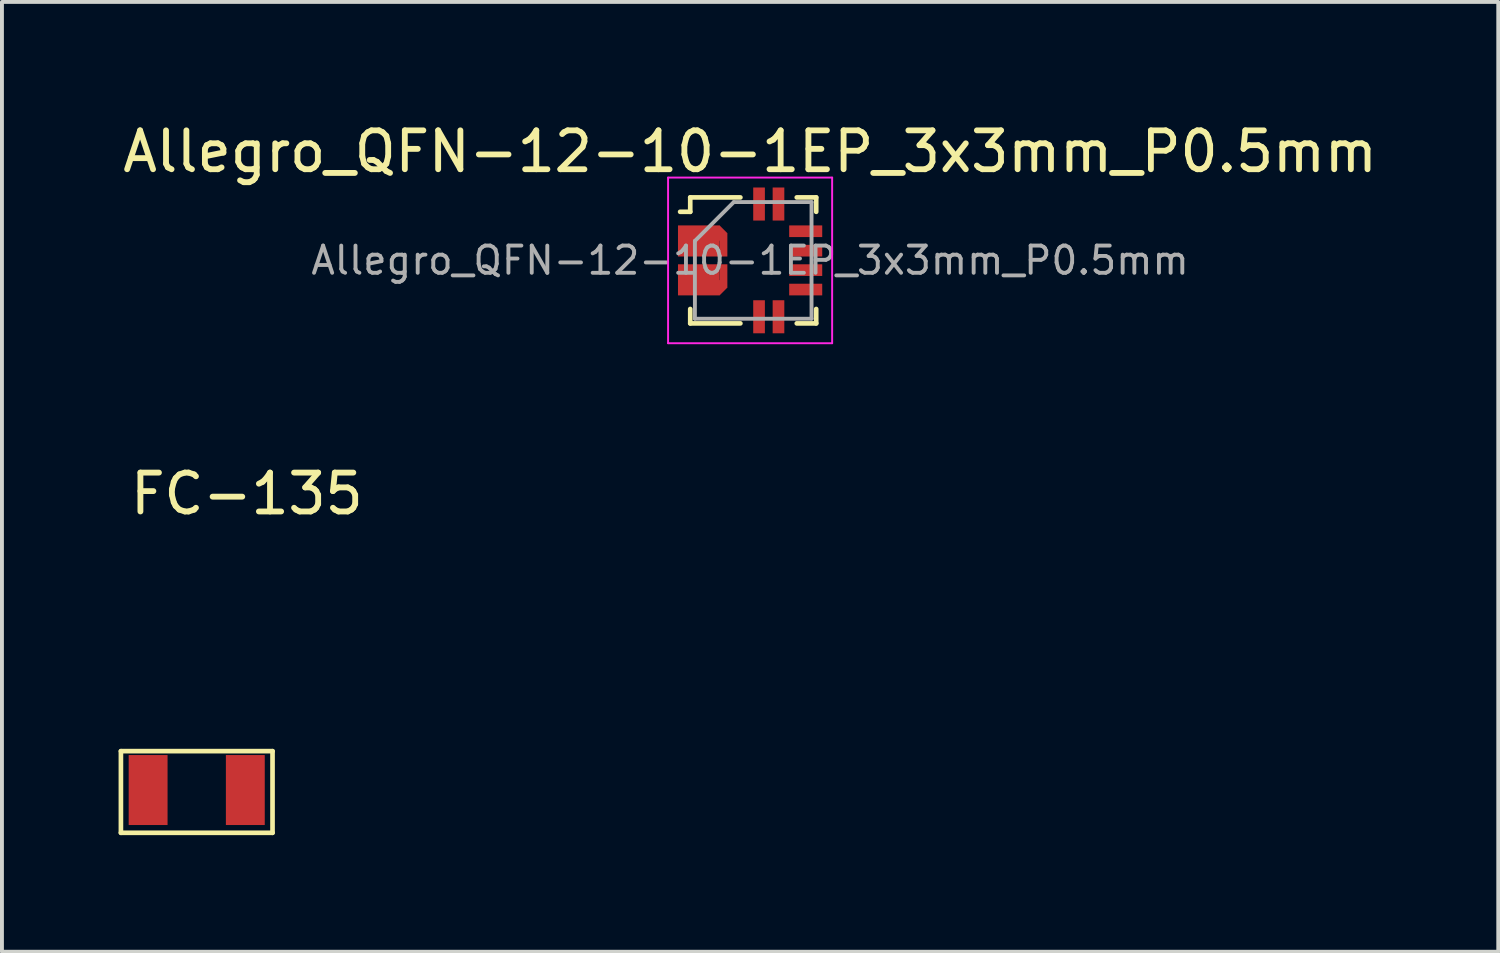
<source format=kicad_pcb>
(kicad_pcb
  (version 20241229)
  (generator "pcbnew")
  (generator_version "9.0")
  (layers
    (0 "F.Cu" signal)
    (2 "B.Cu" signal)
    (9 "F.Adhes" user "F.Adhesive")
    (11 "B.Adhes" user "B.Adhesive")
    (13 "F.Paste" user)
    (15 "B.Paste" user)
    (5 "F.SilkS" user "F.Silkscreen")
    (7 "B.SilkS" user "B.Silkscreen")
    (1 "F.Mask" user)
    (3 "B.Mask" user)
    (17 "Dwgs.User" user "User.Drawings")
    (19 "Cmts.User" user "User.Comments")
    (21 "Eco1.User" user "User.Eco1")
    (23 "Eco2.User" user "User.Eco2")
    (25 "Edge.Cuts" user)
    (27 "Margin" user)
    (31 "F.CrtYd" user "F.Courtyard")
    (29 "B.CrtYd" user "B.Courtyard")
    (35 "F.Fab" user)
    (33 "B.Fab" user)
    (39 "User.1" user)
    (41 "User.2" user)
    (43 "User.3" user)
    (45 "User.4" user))
  (footprint "FC-135"
    (layer "F.Cu")
    (at 0.76 17.271)
    (property "Reference" "FC-135" (at 2.54 -7.62 0) (layer "F.SilkS") (effects (font (size 1 1) (thickness 0.15))))
    (attr through_hole)
    (fp_line (start -0.7 -1) (end -0.7 1.1) (stroke (width 0.12) (type solid)) (layer "F.SilkS"))
    (fp_line (start -0.7 1.1) (end 3.2 1.1) (stroke (width 0.12) (type solid)) (layer "F.SilkS"))
    (fp_line (start 3.2 -1) (end -0.7 -1) (stroke (width 0.12) (type solid)) (layer "F.SilkS"))
    (fp_line (start 3.2 1.1) (end 3.2 -1) (stroke (width 0.12) (type solid)) (layer "F.SilkS"))
    (pad "1" smd rect (at 0 0) (size 1 1.8) (layers "F.Cu" "F.Mask" "F.Paste"))
    (pad "1" smd rect (at 2.5 0) (size 1 1.8) (layers "F.Cu" "F.Mask" "F.Paste")))
  (footprint "Allegro_QFN-12-10-1EP_3x3mm_P0.5mm"
    (layer "F.Cu")
    (at 16.244 3.648)
    (property "Reference" "Allegro_QFN-12-10-1EP_3x3mm_P0.5mm" (at 0 -2.8 0) (layer "F.SilkS") (effects (font (size 1 1) (thickness 0.15))))
    (attr smd)
    (fp_line (start -1.54 -1.62) (end -1.54 -1.25) (stroke (width 0.12) (type solid)) (layer "F.SilkS"))
    (fp_line (start -1.54 -1.62) (end -0.25 -1.62) (stroke (width 0.12) (type solid)) (layer "F.SilkS"))
    (fp_line (start -1.54 -1.25) (end -1.8 -1.25) (stroke (width 0.12) (type solid)) (layer "F.SilkS"))
    (fp_line (start -1.54 1.25) (end -1.54 1.62) (stroke (width 0.12) (type solid)) (layer "F.SilkS"))
    (fp_line (start -1.54 1.62) (end -0.25 1.62) (stroke (width 0.12) (type solid)) (layer "F.SilkS"))
    (fp_line (start 1.7 -1.62) (end 1.2 -1.62) (stroke (width 0.12) (type solid)) (layer "F.SilkS"))
    (fp_line (start 1.7 -1.62) (end 1.7 -1.25) (stroke (width 0.12) (type solid)) (layer "F.SilkS"))
    (fp_line (start 1.7 1.25) (end 1.7 1.62) (stroke (width 0.12) (type solid)) (layer "F.SilkS"))
    (fp_line (start 1.7 1.62) (end 1.2 1.62) (stroke (width 0.12) (type solid)) (layer "F.SilkS"))
    (fp_line (start -2.11 -2.13) (end -2.11 2.13) (stroke (width 0.05) (type solid)) (layer "F.CrtYd"))
    (fp_line (start -2.11 2.13) (end 2.11 2.13) (stroke (width 0.05) (type solid)) (layer "F.CrtYd"))
    (fp_line (start 2.11 -2.13) (end -2.11 -2.13) (stroke (width 0.05) (type solid)) (layer "F.CrtYd"))
    (fp_line (start 2.11 2.13) (end 2.11 -2.13) (stroke (width 0.05) (type solid)) (layer "F.CrtYd"))
    (fp_line (start -1.42 -0.5) (end -0.42 -1.5) (stroke (width 0.1) (type solid)) (layer "F.Fab"))
    (fp_line (start -1.42 1.5) (end -1.42 -0.5) (stroke (width 0.1) (type solid)) (layer "F.Fab"))
    (fp_line (start -0.42 -1.5) (end 1.58 -1.5) (stroke (width 0.1) (type solid)) (layer "F.Fab"))
    (fp_line (start 1.58 -1.5) (end 1.58 1.5) (stroke (width 0.1) (type solid)) (layer "F.Fab"))
    (fp_line (start 1.58 1.5) (end -1.42 1.5) (stroke (width 0.1) (type solid)) (layer "F.Fab"))
    (fp_text user "${REFERENCE}" (at 0 0 0) (layer "F.Fab") (effects (font (size 0.7 0.7) (thickness 0.1))))
    (pad "1" smd rect (at -1.32 -0.5) (size 1.07 0.8) (layers "F.Cu" "F.Mask" "F.Paste"))
    (pad "1" smd rect (at -0.785 -0.7 45) (size 0.283 0.283) (layers "F.Cu" "F.Mask" "F.Paste"))
    (pad "1" smd rect (at -0.685 -0.4) (size 0.2 0.6) (layers "F.Cu" "F.Mask" "F.Paste"))
    (pad "2" smd rect (at -1.32 0.5) (size 1.07 0.8) (layers "F.Cu" "F.Mask" "F.Paste"))
    (pad "2" smd rect (at -0.785 0.7 45) (size 0.283 0.283) (layers "F.Cu" "F.Mask" "F.Paste"))
    (pad "2" smd rect (at -0.685 0.4) (size 0.2 0.6) (layers "F.Cu" "F.Mask" "F.Paste"))
    (pad "5" smd rect (at 0.23 1.45) (size 0.3 0.85) (layers "F.Cu" "F.Mask" "F.Paste"))
    (pad "6" smd rect (at 0.73 1.45) (size 0.3 0.85) (layers "F.Cu" "F.Mask" "F.Paste"))
    (pad "7" smd rect (at 1.43 0.75) (size 0.85 0.3) (layers "F.Cu" "F.Mask" "F.Paste"))
    (pad "8" smd rect (at 1.43 0.25) (size 0.85 0.3) (layers "F.Cu" "F.Mask" "F.Paste"))
    (pad "9" smd rect (at 1.43 -0.25) (size 0.85 0.3) (layers "F.Cu" "F.Mask" "F.Paste"))
    (pad "10" smd rect (at 1.43 -0.75) (size 0.85 0.3) (layers "F.Cu" "F.Mask" "F.Paste"))
    (pad "11" smd rect (at 0.73 -1.45) (size 0.3 0.85) (layers "F.Cu" "F.Mask" "F.Paste"))
    (pad "12" smd rect (at 0.23 -1.45) (size 0.3 0.85) (layers "F.Cu" "F.Mask" "F.Paste")))
  (gr_rect
    (start -3 -3)
    (end 35.488 21.431)
    (stroke (width 0.1) (type default))
    (fill no)
    (layer "Edge.Cuts")))
</source>
